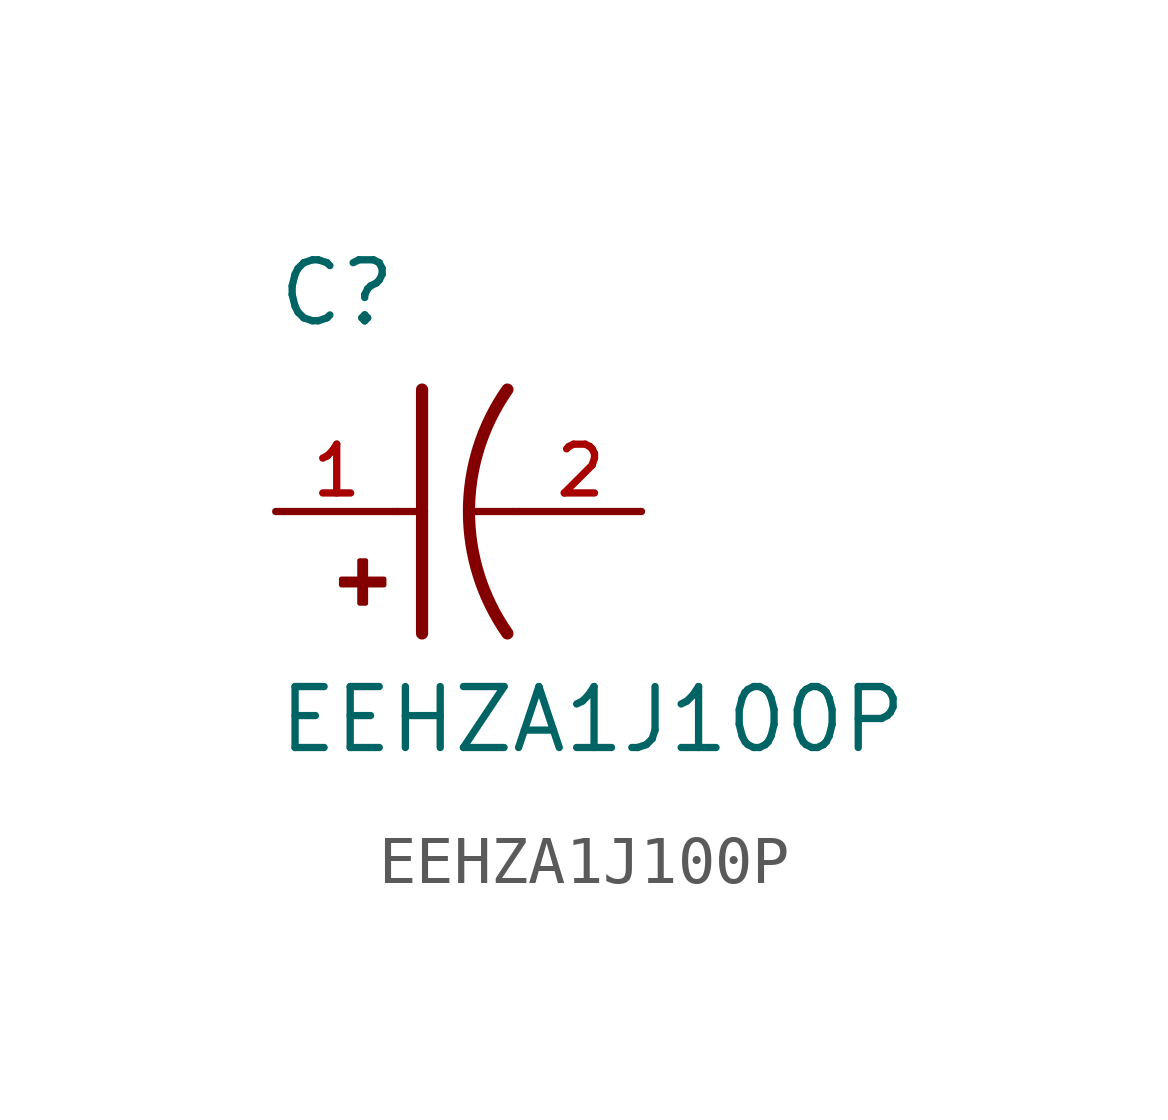
<source format=kicad_sym>
(kicad_symbol_lib
  (version 20211014)
  (generator kicad_symbol_editor)
  (symbol "EEHZA1J100P"
    (pin_names
      (offset 1.016))
    (property "Reference" "C"
      (at -2.54 3.81 0)
      (effects (font (size 1.27 1.27)) (justify bottom left)))
    (property "Value" "EEHZA1J100P"
      (at -2.54 -5.08 0)
      (effects (font (size 1.27 1.27)) (justify bottom left)))
    (symbol "EEHZA1J100P_0_0"
      (arc (start 2.286 -2.54) (mid 1.4851 -0.0) (end 2.286 2.54) (stroke (width 0.254) (type default) (color 0 0 0 0)) (fill (type none)))
      (polyline (pts (xy 0.508 2.54) (xy 0.508 0.0)) (stroke (width 0.254)))
      (rectangle (start -1.173 -1.532) (end -0.284 -1.405) (stroke (width 0.1)) (fill (type outline)))
      (rectangle (start -0.792 -1.913) (end -0.665 -1.024) (stroke (width 0.1)) (fill (type outline)))
      (polyline (pts (xy 0.508 0.0) (xy 0.508 -2.54)) (stroke (width 0.254)))
      (polyline (pts (xy 0.0 0.0) (xy 0.508 0.0)) (stroke (width 0.152)))
      (polyline (pts (xy 2.54 0.0) (xy 1.524 0.0)) (stroke (width 0.152)))
      (pin passive line (at -2.54 0.0 0) (length 2.54) (name "~" (effects (font (size 1.016 1.016)))) (number "1" (effects (font (size 1.016 1.016)))))
      (pin passive line (at 5.08 0.0 180.0) (length 2.54) (name "~" (effects (font (size 1.016 1.016)))) (number "2" (effects (font (size 1.016 1.016))))))))
</source>
